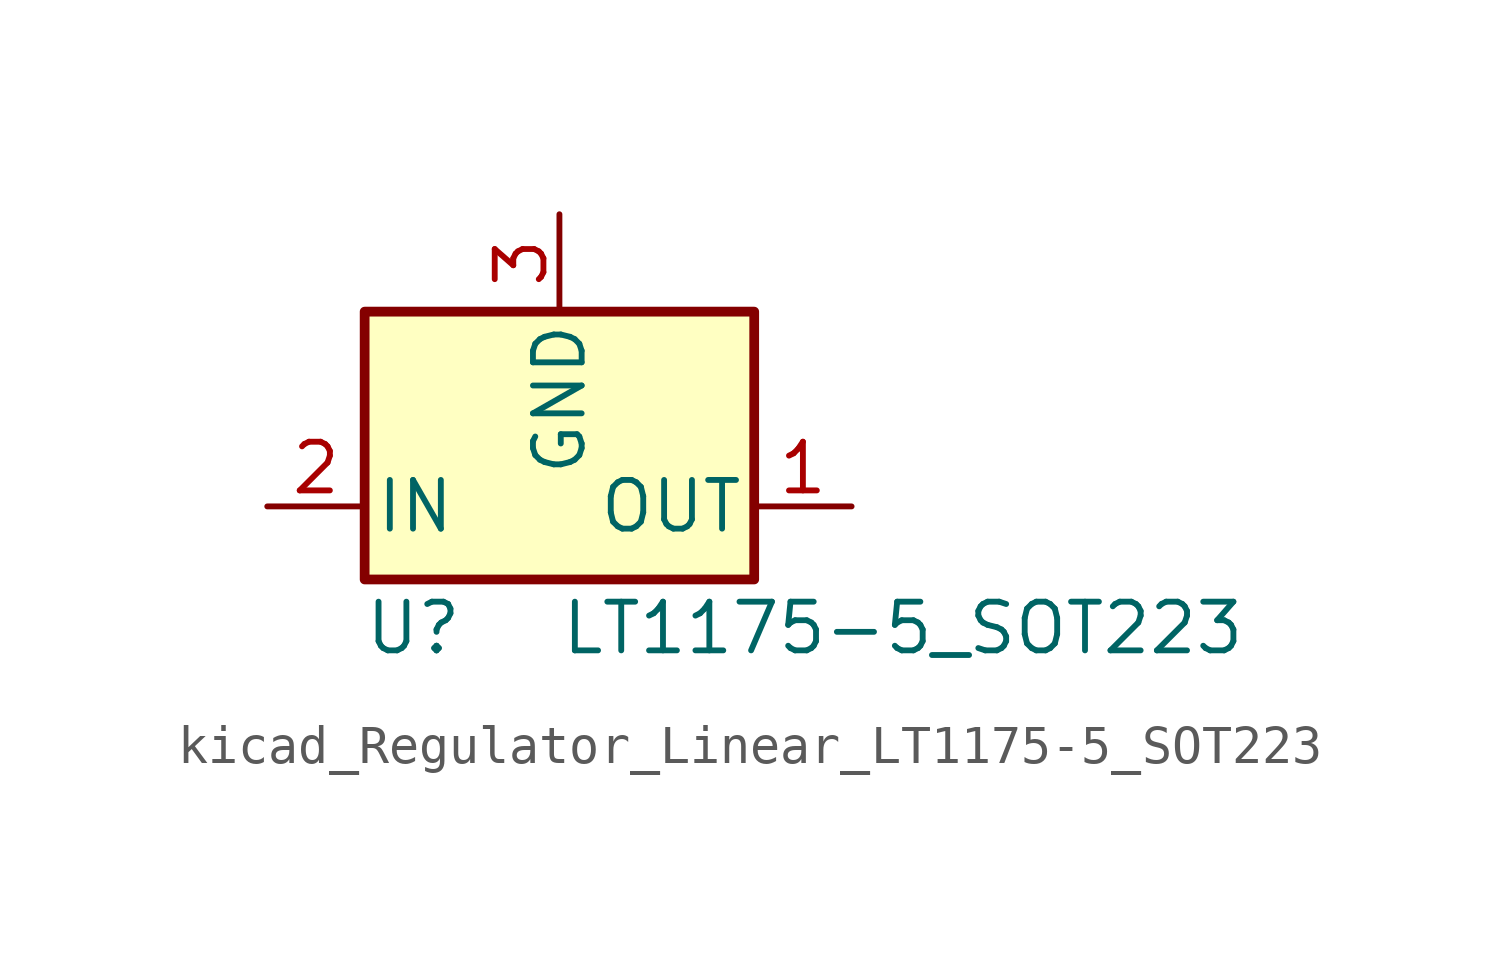
<source format=kicad_sym>
(kicad_symbol_lib
  (version 20220914)
  (generator kicad_symbol_editor)
  (symbol "kicad_Regulator_Linear_LT1175-5_SOT223"
    (pin_names
      (offset 0.254))
    (property "Reference" "U"
      (at -3.81 -3.175 0)
      (effects (font (size 1.27 1.27))))
    (property "Value" "LT1175-5_SOT223"
      (at 0 -3.175 0)
      (effects (font (size 1.27 1.27)) (justify left)))
    (symbol "kicad_Regulator_Linear_LT1175-5_SOT223_0_1"
      (rectangle (start -5.08 -1.905) (end 5.08 5.08) (stroke (width 0.254) (type default)) (fill (type background))))
    (symbol "kicad_Regulator_Linear_LT1175-5_SOT223_1_1"
      (pin power_out line (at 7.62 0 180) (length 2.54) (name "OUT" (effects (font (size 1.27 1.27)))) (number "1" (effects (font (size 1.27 1.27)))))
      (pin power_in line (at -7.62 0 0) (length 2.54) (name "IN" (effects (font (size 1.27 1.27)))) (number "2" (effects (font (size 1.27 1.27)))))
      (pin power_in line (at 0 7.62 270) (length 2.54) (name "GND" (effects (font (size 1.27 1.27)))) (number "3" (effects (font (size 1.27 1.27))))))))
</source>
